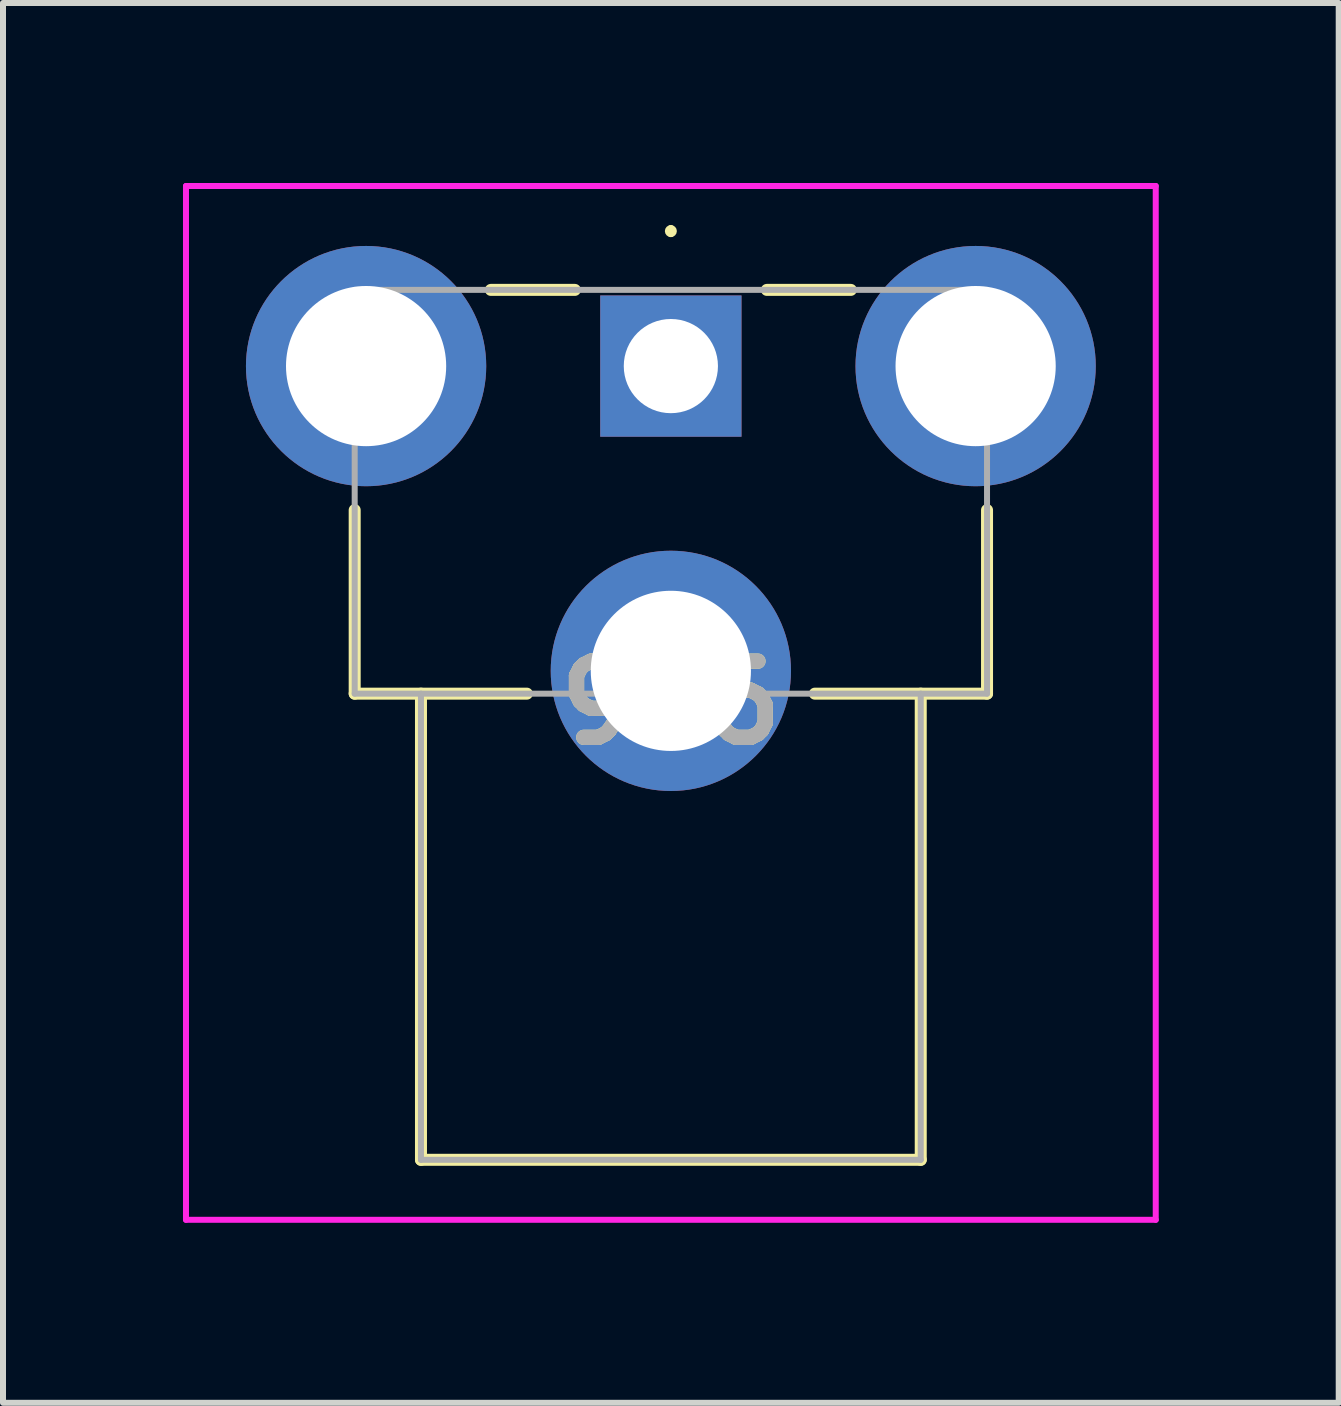
<source format=kicad_pcb>
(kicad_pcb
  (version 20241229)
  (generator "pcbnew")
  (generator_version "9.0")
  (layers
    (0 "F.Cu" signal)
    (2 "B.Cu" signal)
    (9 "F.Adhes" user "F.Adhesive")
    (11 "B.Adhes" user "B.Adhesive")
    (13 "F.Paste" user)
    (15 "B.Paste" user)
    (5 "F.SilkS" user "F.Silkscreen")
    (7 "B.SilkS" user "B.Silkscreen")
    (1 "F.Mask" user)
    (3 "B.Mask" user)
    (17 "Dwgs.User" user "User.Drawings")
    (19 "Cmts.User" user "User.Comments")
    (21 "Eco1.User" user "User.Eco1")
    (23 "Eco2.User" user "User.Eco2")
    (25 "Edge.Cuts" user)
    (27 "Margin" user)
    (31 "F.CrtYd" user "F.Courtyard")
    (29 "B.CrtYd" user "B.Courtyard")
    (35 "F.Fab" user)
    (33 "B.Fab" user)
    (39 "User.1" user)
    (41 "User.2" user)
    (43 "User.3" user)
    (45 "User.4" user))
  (footprint "936"
    (layer "F.Cu")
    (at 8.132 3.052)
    (property "Reference" "936" (at 0 5.614 0) (layer "F.SilkS") (effects (font (size 1.27 1.27) (thickness 0.254))))
    (attr through_hole)
    (fp_line (start -5.27 2.4) (end -5.27 5.46) (stroke (width 0.2) (type solid)) (layer "F.SilkS"))
    (fp_line (start -5.27 5.46) (end -2.4 5.46) (stroke (width 0.2) (type solid)) (layer "F.SilkS"))
    (fp_line (start -4.165 5.46) (end -4.165 13.23) (stroke (width 0.2) (type solid)) (layer "F.SilkS"))
    (fp_line (start -4.165 13.23) (end 4.165 13.23) (stroke (width 0.2) (type solid)) (layer "F.SilkS"))
    (fp_line (start -3 -1.27) (end -1.6 -1.27) (stroke (width 0.2) (type solid)) (layer "F.SilkS"))
    (fp_line (start 0 -2.3) (end 0 -2.3) (stroke (width 0.1) (type solid)) (layer "F.SilkS"))
    (fp_line (start 0 -2.2) (end 0 -2.2) (stroke (width 0.1) (type solid)) (layer "F.SilkS"))
    (fp_line (start 1.6 -1.27) (end 3 -1.27) (stroke (width 0.2) (type solid)) (layer "F.SilkS"))
    (fp_line (start 4.165 13.23) (end 4.165 5.46) (stroke (width 0.2) (type solid)) (layer "F.SilkS"))
    (fp_line (start 5.27 2.4) (end 5.27 5.46) (stroke (width 0.2) (type solid)) (layer "F.SilkS"))
    (fp_line (start 5.27 5.46) (end 2.4 5.46) (stroke (width 0.2) (type solid)) (layer "F.SilkS"))
    (fp_arc (start 0 -2.3) (mid 0.05 -2.25) (end 0 -2.2) (stroke (width 0.1) (type solid)) (layer "F.SilkS"))
    (fp_arc (start 0 -2.2) (mid -0.05 -2.25) (end 0 -2.3) (stroke (width 0.1) (type solid)) (layer "F.SilkS"))
    (fp_line (start -8.082 -3.002) (end 8.082 -3.002) (stroke (width 0.1) (type solid)) (layer "F.CrtYd"))
    (fp_line (start -8.082 14.23) (end -8.082 -3.002) (stroke (width 0.1) (type solid)) (layer "F.CrtYd"))
    (fp_line (start 8.082 -3.002) (end 8.082 14.23) (stroke (width 0.1) (type solid)) (layer "F.CrtYd"))
    (fp_line (start 8.082 14.23) (end -8.082 14.23) (stroke (width 0.1) (type solid)) (layer "F.CrtYd"))
    (fp_line (start -5.27 -1.27) (end 5.27 -1.27) (stroke (width 0.1) (type solid)) (layer "F.Fab"))
    (fp_line (start -5.27 5.46) (end -5.27 -1.27) (stroke (width 0.1) (type solid)) (layer "F.Fab"))
    (fp_line (start -4.165 13.23) (end -4.165 5.46) (stroke (width 0.1) (type solid)) (layer "F.Fab"))
    (fp_line (start 4.165 5.46) (end 4.165 13.23) (stroke (width 0.1) (type solid)) (layer "F.Fab"))
    (fp_line (start 4.165 13.23) (end -4.165 13.23) (stroke (width 0.1) (type solid)) (layer "F.Fab"))
    (fp_line (start 5.27 -1.27) (end 5.27 5.46) (stroke (width 0.1) (type solid)) (layer "F.Fab"))
    (fp_line (start 5.27 5.46) (end -5.27 5.46) (stroke (width 0.1) (type solid)) (layer "F.Fab"))
    (fp_text user "${REFERENCE}" (at 0 5.614 0) (layer "F.Fab") (effects (font (size 1.27 1.27) (thickness 0.254))))
    (pad "1" thru_hole rect (at 0 0) (size 2.355 2.355) (drill 1.57) (layers "*.Cu" "*.Mask"))
    (pad "MH1" thru_hole circle (at -5.08 0) (size 4.005 4.005) (drill 2.67) (layers "*.Cu" "*.Mask"))
    (pad "MH2" thru_hole circle (at 5.08 0) (size 4.005 4.005) (drill 2.67) (layers "*.Cu" "*.Mask"))
    (pad "MH3" thru_hole circle (at 0 5.08) (size 4.005 4.005) (drill 2.67) (layers "*.Cu" "*.Mask")))
  (gr_rect
    (start -3 -3)
    (end 19.264 20.332)
    (stroke (width 0.1) (type default))
    (fill no)
    (layer "Edge.Cuts")))
</source>
